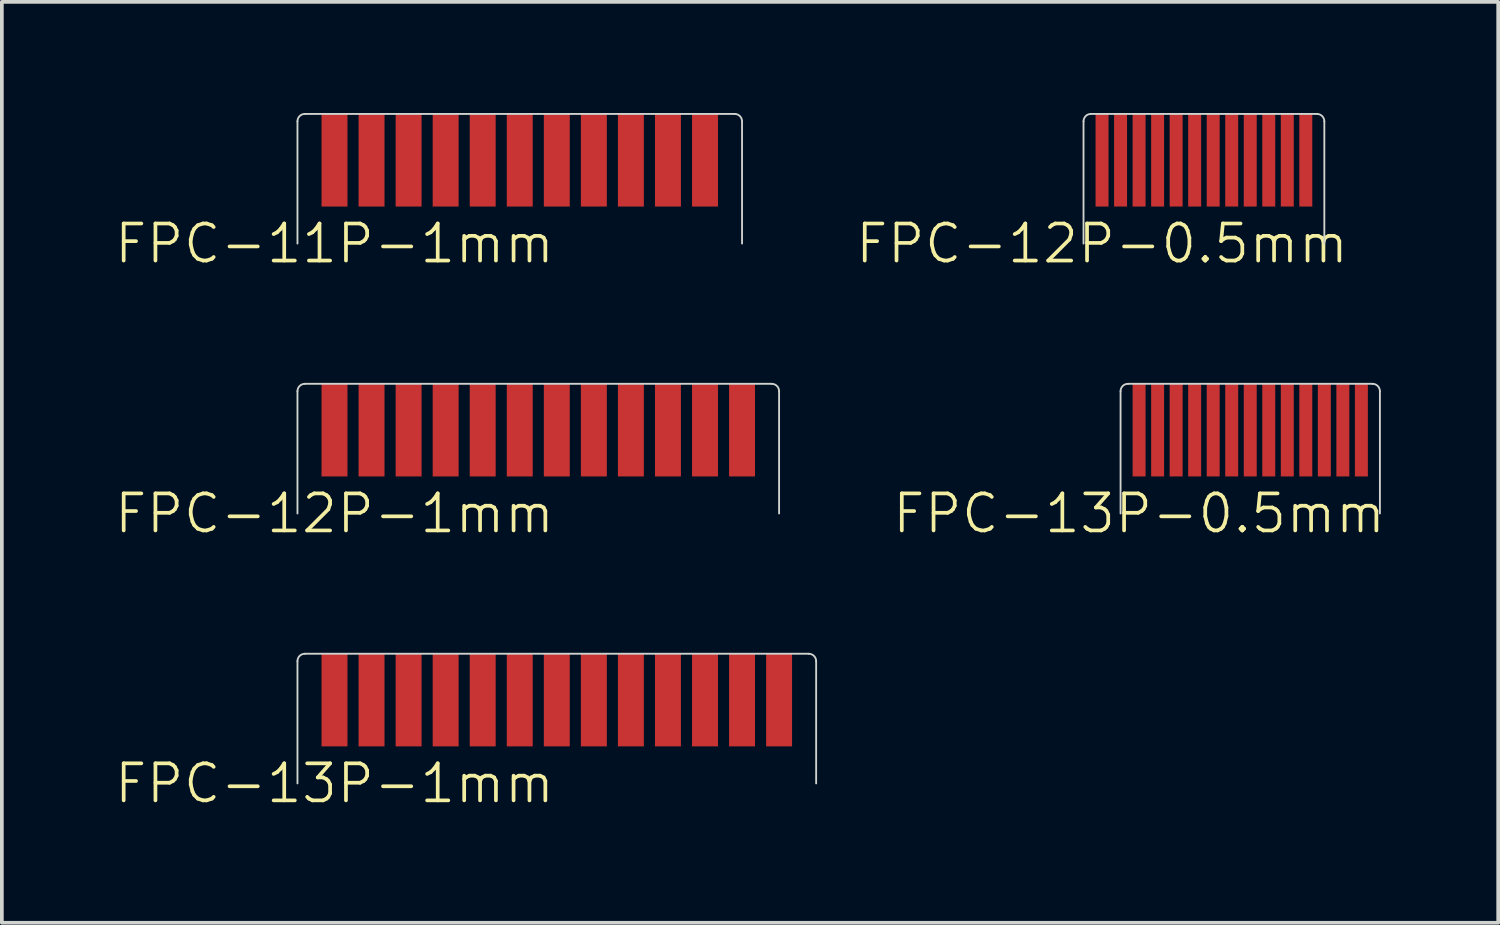
<source format=kicad_pcb>
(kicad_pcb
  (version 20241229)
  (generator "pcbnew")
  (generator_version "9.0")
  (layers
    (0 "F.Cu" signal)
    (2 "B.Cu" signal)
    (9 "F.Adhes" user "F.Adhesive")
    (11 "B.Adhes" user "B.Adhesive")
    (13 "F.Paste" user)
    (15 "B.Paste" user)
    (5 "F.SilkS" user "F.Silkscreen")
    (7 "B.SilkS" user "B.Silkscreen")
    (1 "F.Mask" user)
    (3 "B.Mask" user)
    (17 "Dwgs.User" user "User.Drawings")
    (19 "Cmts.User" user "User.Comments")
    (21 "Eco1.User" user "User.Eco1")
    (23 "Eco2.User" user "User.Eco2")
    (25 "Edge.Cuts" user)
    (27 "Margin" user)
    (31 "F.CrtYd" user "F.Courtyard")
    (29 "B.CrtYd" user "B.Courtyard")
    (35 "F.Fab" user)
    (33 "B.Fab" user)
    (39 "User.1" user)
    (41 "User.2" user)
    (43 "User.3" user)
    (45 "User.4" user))
  (footprint "FPC-12P-1mm"
    (layer "F.Cu")
    (at 5.979 8.56)
    (property "Reference" "FPC-12P-1mm" (at 0 2.25 0) (unlocked yes) (layer "F.SilkS") (effects (font (size 1 1) (thickness 0.1))))
    (attr smd)
    (fp_line (start -1 2.25) (end -1 -1.05) (stroke (width 0.05) (type default)) (layer "Edge.Cuts"))
    (fp_line (start -0.8 -1.25) (end 11.8 -1.25) (stroke (width 0.05) (type default)) (layer "Edge.Cuts"))
    (fp_line (start 12 2.25) (end 12 -1.05) (stroke (width 0.05) (type default)) (layer "Edge.Cuts"))
    (fp_arc (start -1 -1.05) (mid -0.941421 -1.191421) (end -0.8 -1.25) (stroke (width 0.05) (type default)) (layer "Edge.Cuts"))
    (fp_arc (start 11.8 -1.25) (mid 11.941421 -1.191421) (end 12 -1.05) (stroke (width 0.05) (type default)) (layer "Edge.Cuts"))
    (fp_line (start -1 2.25) (end -1 -1.05) (stroke (width 0.05) (type default)) (layer "User.1"))
    (fp_line (start -1 2.25) (end 12 2.25) (stroke (width 0.05) (type default)) (layer "User.1"))
    (fp_line (start -0.8 -1.25) (end 11.8 -1.25) (stroke (width 0.05) (type default)) (layer "User.1"))
    (fp_line (start 12 2.25) (end 12 -1.05) (stroke (width 0.05) (type default)) (layer "User.1"))
    (fp_arc (start -1 -1.05) (mid -0.941421 -1.191421) (end -0.8 -1.25) (stroke (width 0.05) (type default)) (layer "User.1"))
    (fp_arc (start 11.8 -1.25) (mid 11.941421 -1.191421) (end 12 -1.05) (stroke (width 0.05) (type default)) (layer "User.1"))
    (pad "1" smd rect (at 0 0 90) (size 2.5 0.7) (layers "F.Cu" "F.Mask" "F.Paste"))
    (pad "2" smd rect (at 1 0 90) (size 2.5 0.7) (layers "F.Cu" "F.Mask" "F.Paste"))
    (pad "3" smd rect (at 2 0 90) (size 2.5 0.7) (layers "F.Cu" "F.Mask" "F.Paste"))
    (pad "4" smd rect (at 3 0 90) (size 2.5 0.7) (layers "F.Cu" "F.Mask" "F.Paste"))
    (pad "5" smd rect (at 4 0 90) (size 2.5 0.7) (layers "F.Cu" "F.Mask" "F.Paste"))
    (pad "6" smd rect (at 5 0 90) (size 2.5 0.7) (layers "F.Cu" "F.Mask" "F.Paste"))
    (pad "7" smd rect (at 6 0 90) (size 2.5 0.7) (layers "F.Cu" "F.Mask" "F.Paste"))
    (pad "8" smd rect (at 7 0 90) (size 2.5 0.7) (layers "F.Cu" "F.Mask" "F.Paste"))
    (pad "9" smd rect (at 8 0 90) (size 2.5 0.7) (layers "F.Cu" "F.Mask" "F.Paste"))
    (pad "10" smd rect (at 9 0 90) (size 2.5 0.7) (layers "F.Cu" "F.Mask" "F.Paste"))
    (pad "11" smd rect (at 10 0 90) (size 2.5 0.7) (layers "F.Cu" "F.Mask" "F.Paste"))
    (pad "12" smd rect (at 11 0 90) (size 2.5 0.7) (layers "F.Cu" "F.Mask" "F.Paste")))
  (footprint "FPC-12P-0.5mm"
    (layer "F.Cu")
    (at 26.696 1.275)
    (property "Reference" "FPC-12P-0.5mm" (at 0 2.25 0) (unlocked yes) (layer "F.SilkS") (effects (font (size 1 1) (thickness 0.1))))
    (attr smd)
    (fp_line (start -0.5 2.25) (end -0.5 -1.05) (stroke (width 0.05) (type default)) (layer "Edge.Cuts"))
    (fp_line (start -0.3 -1.25) (end 5.8 -1.25) (stroke (width 0.05) (type default)) (layer "Edge.Cuts"))
    (fp_line (start 6 2.25) (end 6 -1.05) (stroke (width 0.05) (type default)) (layer "Edge.Cuts"))
    (fp_arc (start -0.5 -1.05) (mid -0.441421 -1.191421) (end -0.3 -1.25) (stroke (width 0.05) (type default)) (layer "Edge.Cuts"))
    (fp_arc (start 5.8 -1.25) (mid 5.941421 -1.191421) (end 6 -1.05) (stroke (width 0.05) (type default)) (layer "Edge.Cuts"))
    (fp_line (start -0.5 2.25) (end -0.5 -1.05) (stroke (width 0.05) (type default)) (layer "User.1"))
    (fp_line (start -0.5 2.25) (end 6 2.25) (stroke (width 0.05) (type default)) (layer "User.1"))
    (fp_line (start -0.3 -1.25) (end 5.8 -1.25) (stroke (width 0.05) (type default)) (layer "User.1"))
    (fp_line (start 6 2.25) (end 6 -1.05) (stroke (width 0.05) (type default)) (layer "User.1"))
    (fp_arc (start -0.5 -1.05) (mid -0.441421 -1.191421) (end -0.3 -1.25) (stroke (width 0.05) (type default)) (layer "User.1"))
    (fp_arc (start 5.8 -1.25) (mid 5.941421 -1.191421) (end 6 -1.05) (stroke (width 0.05) (type default)) (layer "User.1"))
    (pad "1" smd rect (at 0 0 90) (size 2.5 0.35) (layers "F.Cu" "F.Mask" "F.Paste"))
    (pad "2" smd rect (at 0.5 0 90) (size 2.5 0.35) (layers "F.Cu" "F.Mask" "F.Paste"))
    (pad "3" smd rect (at 1 0 90) (size 2.5 0.35) (layers "F.Cu" "F.Mask" "F.Paste"))
    (pad "4" smd rect (at 1.5 0 90) (size 2.5 0.35) (layers "F.Cu" "F.Mask" "F.Paste"))
    (pad "5" smd rect (at 2 0 90) (size 2.5 0.35) (layers "F.Cu" "F.Mask" "F.Paste"))
    (pad "6" smd rect (at 2.5 0 90) (size 2.5 0.35) (layers "F.Cu" "F.Mask" "F.Paste"))
    (pad "7" smd rect (at 3 0 90) (size 2.5 0.35) (layers "F.Cu" "F.Mask" "F.Paste"))
    (pad "8" smd rect (at 3.5 0 90) (size 2.5 0.35) (layers "F.Cu" "F.Mask" "F.Paste"))
    (pad "9" smd rect (at 4 0 90) (size 2.5 0.35) (layers "F.Cu" "F.Mask" "F.Paste"))
    (pad "10" smd rect (at 4.5 0 90) (size 2.5 0.35) (layers "F.Cu" "F.Mask" "F.Paste"))
    (pad "11" smd rect (at 5 0 90) (size 2.5 0.35) (layers "F.Cu" "F.Mask" "F.Paste"))
    (pad "12" smd rect (at 5.5 0 90) (size 2.5 0.35) (layers "F.Cu" "F.Mask" "F.Paste")))
  (footprint "FPC-13P-0.5mm"
    (layer "F.Cu")
    (at 27.696 8.56)
    (property "Reference" "FPC-13P-0.5mm" (at 0 2.25 0) (unlocked yes) (layer "F.SilkS") (effects (font (size 1 1) (thickness 0.1))))
    (attr smd)
    (fp_line (start -0.5 2.25) (end -0.5 -1.05) (stroke (width 0.05) (type default)) (layer "Edge.Cuts"))
    (fp_line (start -0.3 -1.25) (end 6.3 -1.25) (stroke (width 0.05) (type default)) (layer "Edge.Cuts"))
    (fp_line (start 6.5 2.25) (end 6.5 -1.05) (stroke (width 0.05) (type default)) (layer "Edge.Cuts"))
    (fp_arc (start -0.5 -1.05) (mid -0.441421 -1.191421) (end -0.3 -1.25) (stroke (width 0.05) (type default)) (layer "Edge.Cuts"))
    (fp_arc (start 6.3 -1.25) (mid 6.441421 -1.191421) (end 6.5 -1.05) (stroke (width 0.05) (type default)) (layer "Edge.Cuts"))
    (fp_line (start -0.5 2.25) (end -0.5 -1.05) (stroke (width 0.05) (type default)) (layer "User.1"))
    (fp_line (start -0.5 2.25) (end 6.5 2.25) (stroke (width 0.05) (type default)) (layer "User.1"))
    (fp_line (start -0.3 -1.25) (end 6.3 -1.25) (stroke (width 0.05) (type default)) (layer "User.1"))
    (fp_line (start 6.5 2.25) (end 6.5 -1.05) (stroke (width 0.05) (type default)) (layer "User.1"))
    (fp_arc (start -0.5 -1.05) (mid -0.441421 -1.191421) (end -0.3 -1.25) (stroke (width 0.05) (type default)) (layer "User.1"))
    (fp_arc (start 6.3 -1.25) (mid 6.441421 -1.191421) (end 6.5 -1.05) (stroke (width 0.05) (type default)) (layer "User.1"))
    (pad "1" smd rect (at 0 0 90) (size 2.5 0.35) (layers "F.Cu" "F.Mask" "F.Paste"))
    (pad "2" smd rect (at 0.5 0 90) (size 2.5 0.35) (layers "F.Cu" "F.Mask" "F.Paste"))
    (pad "3" smd rect (at 1 0 90) (size 2.5 0.35) (layers "F.Cu" "F.Mask" "F.Paste"))
    (pad "4" smd rect (at 1.5 0 90) (size 2.5 0.35) (layers "F.Cu" "F.Mask" "F.Paste"))
    (pad "5" smd rect (at 2 0 90) (size 2.5 0.35) (layers "F.Cu" "F.Mask" "F.Paste"))
    (pad "6" smd rect (at 2.5 0 90) (size 2.5 0.35) (layers "F.Cu" "F.Mask" "F.Paste"))
    (pad "7" smd rect (at 3 0 90) (size 2.5 0.35) (layers "F.Cu" "F.Mask" "F.Paste"))
    (pad "8" smd rect (at 3.5 0 90) (size 2.5 0.35) (layers "F.Cu" "F.Mask" "F.Paste"))
    (pad "9" smd rect (at 4 0 90) (size 2.5 0.35) (layers "F.Cu" "F.Mask" "F.Paste"))
    (pad "10" smd rect (at 4.5 0 90) (size 2.5 0.35) (layers "F.Cu" "F.Mask" "F.Paste"))
    (pad "11" smd rect (at 5 0 90) (size 2.5 0.35) (layers "F.Cu" "F.Mask" "F.Paste"))
    (pad "12" smd rect (at 5.5 0 90) (size 2.5 0.35) (layers "F.Cu" "F.Mask" "F.Paste"))
    (pad "13" smd rect (at 6 0 90) (size 2.5 0.35) (layers "F.Cu" "F.Mask" "F.Paste")))
  (footprint "FPC-13P-1mm"
    (layer "F.Cu")
    (at 5.979 15.846)
    (property "Reference" "FPC-13P-1mm" (at 0 2.25 0) (unlocked yes) (layer "F.SilkS") (effects (font (size 1 1) (thickness 0.1))))
    (attr smd)
    (fp_line (start -1 2.25) (end -1 -1.05) (stroke (width 0.05) (type default)) (layer "Edge.Cuts"))
    (fp_line (start -0.8 -1.25) (end 12.8 -1.25) (stroke (width 0.05) (type default)) (layer "Edge.Cuts"))
    (fp_line (start 13 2.25) (end 13 -1.05) (stroke (width 0.05) (type default)) (layer "Edge.Cuts"))
    (fp_arc (start -1 -1.05) (mid -0.941421 -1.191421) (end -0.8 -1.25) (stroke (width 0.05) (type default)) (layer "Edge.Cuts"))
    (fp_arc (start 12.8 -1.25) (mid 12.941421 -1.191421) (end 13 -1.05) (stroke (width 0.05) (type default)) (layer "Edge.Cuts"))
    (fp_line (start -1 2.25) (end -1 -1.05) (stroke (width 0.05) (type default)) (layer "User.1"))
    (fp_line (start -1 2.25) (end 13 2.25) (stroke (width 0.05) (type default)) (layer "User.1"))
    (fp_line (start -0.8 -1.25) (end 12.8 -1.25) (stroke (width 0.05) (type default)) (layer "User.1"))
    (fp_line (start 13 2.25) (end 13 -1.05) (stroke (width 0.05) (type default)) (layer "User.1"))
    (fp_arc (start -1 -1.05) (mid -0.941421 -1.191421) (end -0.8 -1.25) (stroke (width 0.05) (type default)) (layer "User.1"))
    (fp_arc (start 12.8 -1.25) (mid 12.941421 -1.191421) (end 13 -1.05) (stroke (width 0.05) (type default)) (layer "User.1"))
    (pad "1" smd rect (at 0 0 90) (size 2.5 0.7) (layers "F.Cu" "F.Mask" "F.Paste"))
    (pad "2" smd rect (at 1 0 90) (size 2.5 0.7) (layers "F.Cu" "F.Mask" "F.Paste"))
    (pad "3" smd rect (at 2 0 90) (size 2.5 0.7) (layers "F.Cu" "F.Mask" "F.Paste"))
    (pad "4" smd rect (at 3 0 90) (size 2.5 0.7) (layers "F.Cu" "F.Mask" "F.Paste"))
    (pad "5" smd rect (at 4 0 90) (size 2.5 0.7) (layers "F.Cu" "F.Mask" "F.Paste"))
    (pad "6" smd rect (at 5 0 90) (size 2.5 0.7) (layers "F.Cu" "F.Mask" "F.Paste"))
    (pad "7" smd rect (at 6 0 90) (size 2.5 0.7) (layers "F.Cu" "F.Mask" "F.Paste"))
    (pad "8" smd rect (at 7 0 90) (size 2.5 0.7) (layers "F.Cu" "F.Mask" "F.Paste"))
    (pad "9" smd rect (at 8 0 90) (size 2.5 0.7) (layers "F.Cu" "F.Mask" "F.Paste"))
    (pad "10" smd rect (at 9 0 90) (size 2.5 0.7) (layers "F.Cu" "F.Mask" "F.Paste"))
    (pad "11" smd rect (at 10 0 90) (size 2.5 0.7) (layers "F.Cu" "F.Mask" "F.Paste"))
    (pad "12" smd rect (at 11 0 90) (size 2.5 0.7) (layers "F.Cu" "F.Mask" "F.Paste"))
    (pad "13" smd rect (at 12 0 90) (size 2.5 0.7) (layers "F.Cu" "F.Mask" "F.Paste")))
  (footprint "FPC-11P-1mm"
    (layer "F.Cu")
    (at 5.979 1.275)
    (property "Reference" "FPC-11P-1mm" (at 0 2.25 0) (unlocked yes) (layer "F.SilkS") (effects (font (size 1 1) (thickness 0.1))))
    (attr smd)
    (fp_line (start -1 2.25) (end -1 -1.05) (stroke (width 0.05) (type default)) (layer "Edge.Cuts"))
    (fp_line (start -0.8 -1.25) (end 10.8 -1.25) (stroke (width 0.05) (type default)) (layer "Edge.Cuts"))
    (fp_line (start 11 2.25) (end 11 -1.05) (stroke (width 0.05) (type default)) (layer "Edge.Cuts"))
    (fp_arc (start -1 -1.05) (mid -0.941421 -1.191421) (end -0.8 -1.25) (stroke (width 0.05) (type default)) (layer "Edge.Cuts"))
    (fp_arc (start 10.8 -1.25) (mid 10.941421 -1.191421) (end 11 -1.05) (stroke (width 0.05) (type default)) (layer "Edge.Cuts"))
    (fp_line (start -1 2.25) (end -1 -1.05) (stroke (width 0.05) (type default)) (layer "User.1"))
    (fp_line (start -1 2.25) (end 11 2.25) (stroke (width 0.05) (type default)) (layer "User.1"))
    (fp_line (start -0.8 -1.25) (end 10.8 -1.25) (stroke (width 0.05) (type default)) (layer "User.1"))
    (fp_line (start 11 2.25) (end 11 -1.05) (stroke (width 0.05) (type default)) (layer "User.1"))
    (fp_arc (start -1 -1.05) (mid -0.941421 -1.191421) (end -0.8 -1.25) (stroke (width 0.05) (type default)) (layer "User.1"))
    (fp_arc (start 10.8 -1.25) (mid 10.941421 -1.191421) (end 11 -1.05) (stroke (width 0.05) (type default)) (layer "User.1"))
    (pad "1" smd rect (at 0 0 90) (size 2.5 0.7) (layers "F.Cu" "F.Mask" "F.Paste"))
    (pad "2" smd rect (at 1 0 90) (size 2.5 0.7) (layers "F.Cu" "F.Mask" "F.Paste"))
    (pad "3" smd rect (at 2 0 90) (size 2.5 0.7) (layers "F.Cu" "F.Mask" "F.Paste"))
    (pad "4" smd rect (at 3 0 90) (size 2.5 0.7) (layers "F.Cu" "F.Mask" "F.Paste"))
    (pad "5" smd rect (at 4 0 90) (size 2.5 0.7) (layers "F.Cu" "F.Mask" "F.Paste"))
    (pad "6" smd rect (at 5 0 90) (size 2.5 0.7) (layers "F.Cu" "F.Mask" "F.Paste"))
    (pad "7" smd rect (at 6 0 90) (size 2.5 0.7) (layers "F.Cu" "F.Mask" "F.Paste"))
    (pad "8" smd rect (at 7 0 90) (size 2.5 0.7) (layers "F.Cu" "F.Mask" "F.Paste"))
    (pad "9" smd rect (at 8 0 90) (size 2.5 0.7) (layers "F.Cu" "F.Mask" "F.Paste"))
    (pad "10" smd rect (at 9 0 90) (size 2.5 0.7) (layers "F.Cu" "F.Mask" "F.Paste"))
    (pad "11" smd rect (at 10 0 90) (size 2.5 0.7) (layers "F.Cu" "F.Mask" "F.Paste")))
  (gr_rect
    (start -3 -3)
    (end 37.389 21.857)
    (stroke (width 0.1) (type default))
    (fill no)
    (layer "Edge.Cuts")))
</source>
